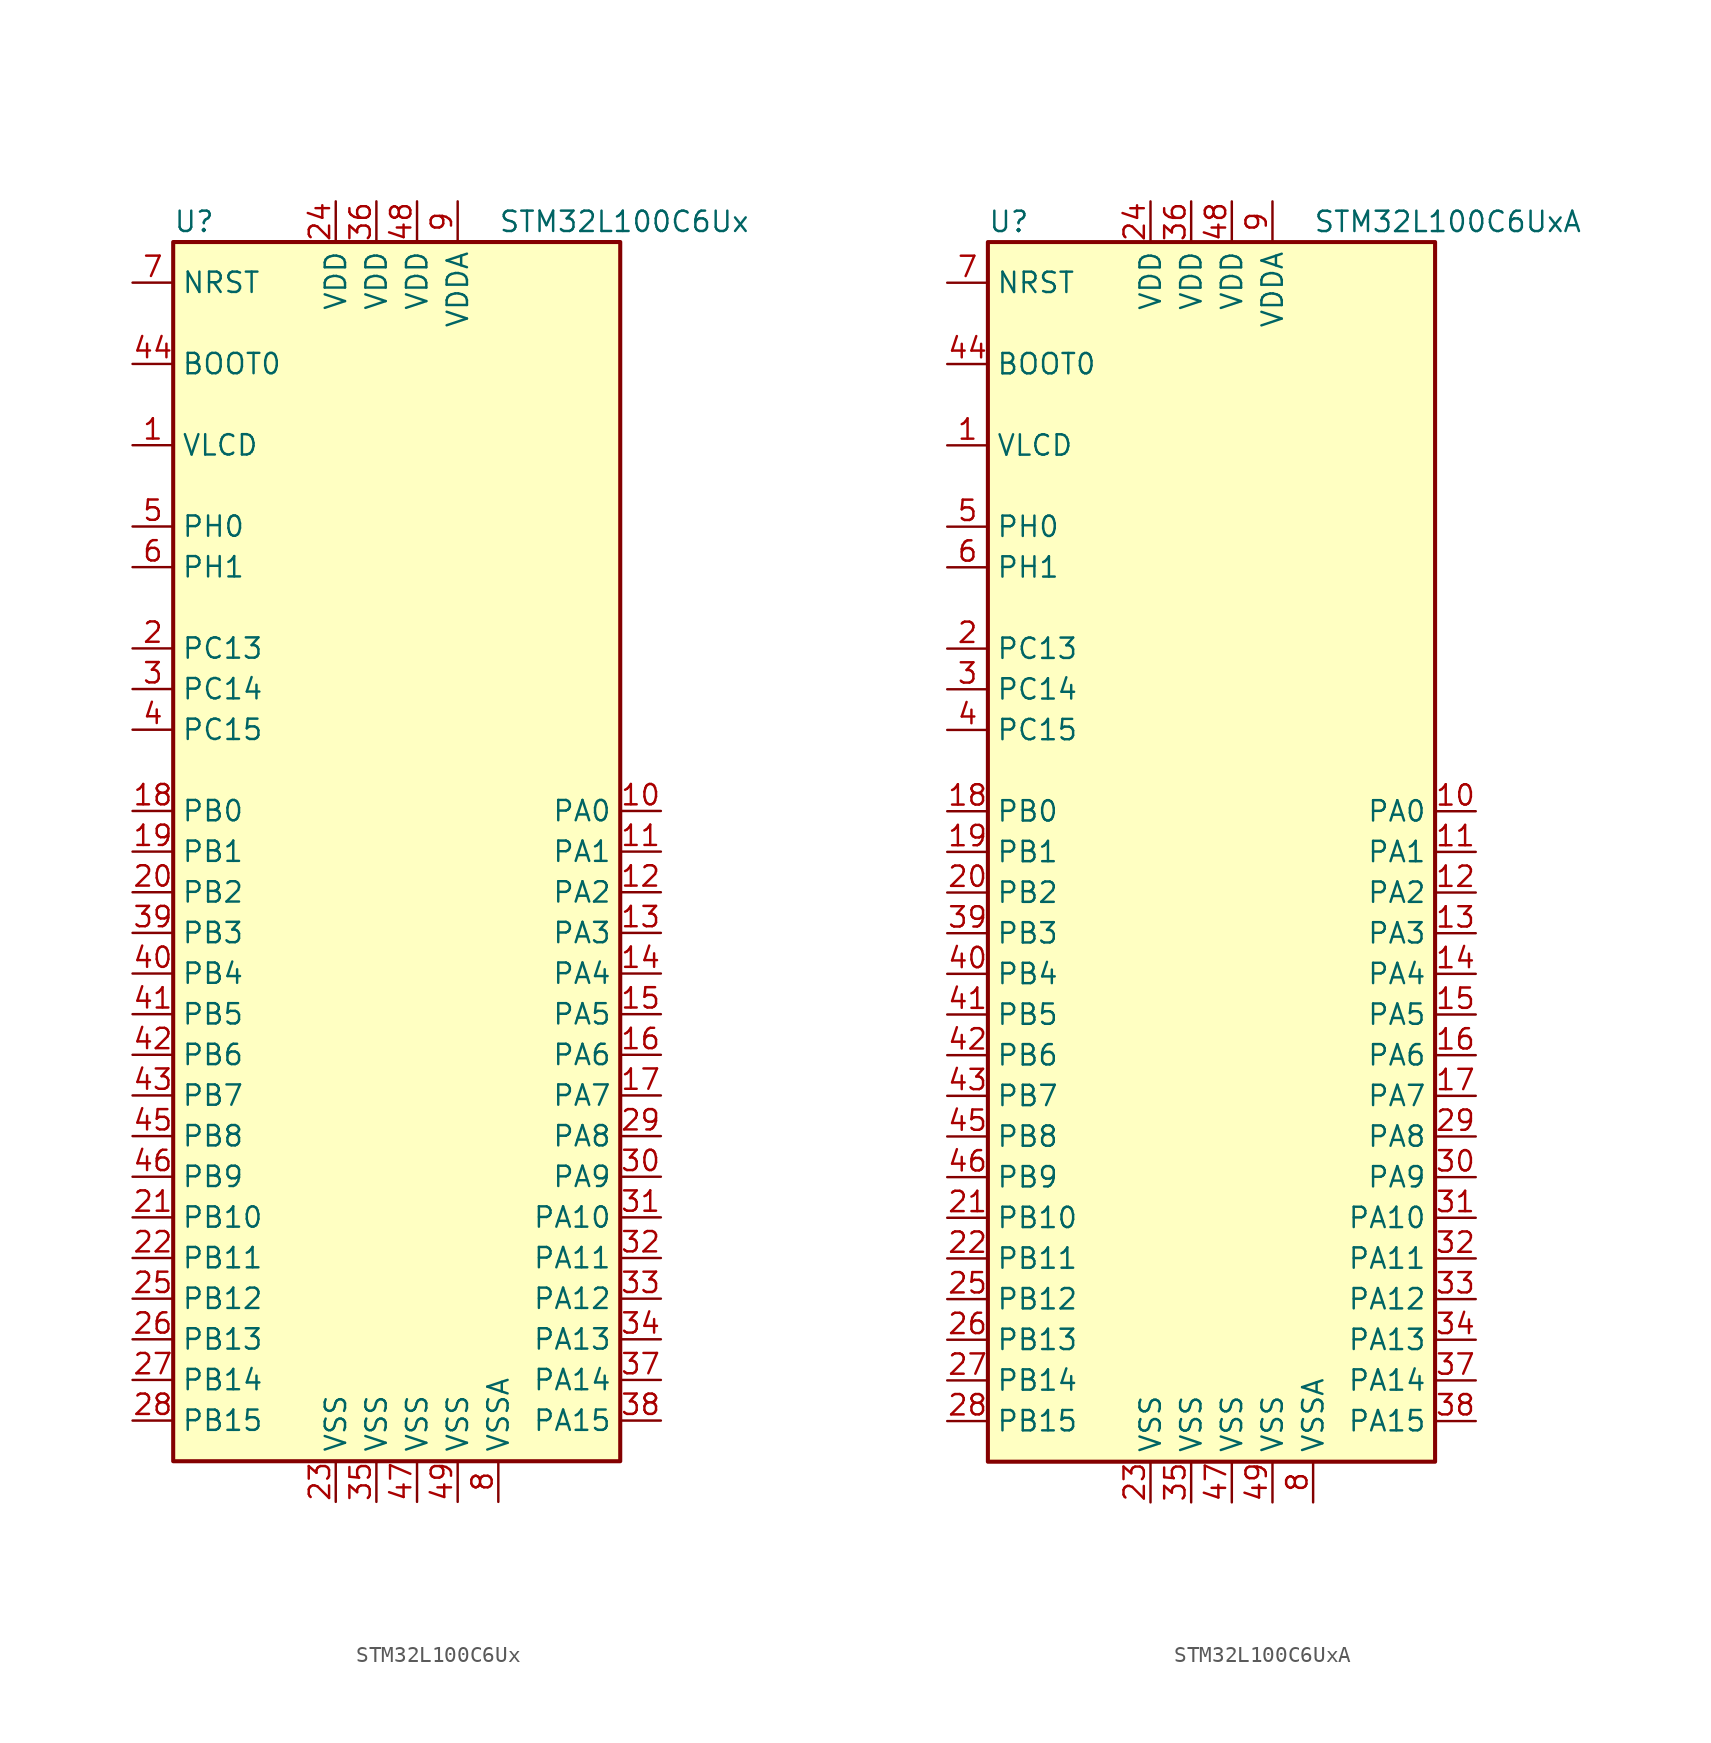
<source format=kicad_sym>
(kicad_symbol_lib
  (version 20211014)
  (generator kicad_symbol_editor)
  (symbol "STM32L100C6Ux"
    (property "Reference" "U"
      (at -15.24 39.37 0)
      (effects (font (size 1.27 1.27)) (justify left)))
    (property "Value" "STM32L100C6Ux"
      (at 5.08 39.37 0)
      (effects (font (size 1.27 1.27)) (justify left)))
    (symbol "STM32L100C6Ux_0_1"
      (rectangle (start -15.24 -38.1) (end 12.7 38.1) (stroke (width 0.254) (type default) (color 0 0 0 0)) (fill (type background))))
    (symbol "STM32L100C6Ux_1_1"
      (pin power_in line (at -17.78 25.4 0) (length 2.54) (name "VLCD" (effects (font (size 1.27 1.27)))) (number "1" (effects (font (size 1.27 1.27)))))
      (pin bidirectional line (at 15.24 2.54 180) (length 2.54) (name "PA0" (effects (font (size 1.27 1.27)))) (number "10" (effects (font (size 1.27 1.27)))))
      (pin bidirectional line (at 15.24 0 180) (length 2.54) (name "PA1" (effects (font (size 1.27 1.27)))) (number "11" (effects (font (size 1.27 1.27)))))
      (pin bidirectional line (at 15.24 -2.54 180) (length 2.54) (name "PA2" (effects (font (size 1.27 1.27)))) (number "12" (effects (font (size 1.27 1.27)))))
      (pin bidirectional line (at 15.24 -5.08 180) (length 2.54) (name "PA3" (effects (font (size 1.27 1.27)))) (number "13" (effects (font (size 1.27 1.27)))))
      (pin bidirectional line (at 15.24 -7.62 180) (length 2.54) (name "PA4" (effects (font (size 1.27 1.27)))) (number "14" (effects (font (size 1.27 1.27)))))
      (pin bidirectional line (at 15.24 -10.16 180) (length 2.54) (name "PA5" (effects (font (size 1.27 1.27)))) (number "15" (effects (font (size 1.27 1.27)))))
      (pin bidirectional line (at 15.24 -12.7 180) (length 2.54) (name "PA6" (effects (font (size 1.27 1.27)))) (number "16" (effects (font (size 1.27 1.27)))))
      (pin bidirectional line (at 15.24 -15.24 180) (length 2.54) (name "PA7" (effects (font (size 1.27 1.27)))) (number "17" (effects (font (size 1.27 1.27)))))
      (pin bidirectional line (at -17.78 2.54 0) (length 2.54) (name "PB0" (effects (font (size 1.27 1.27)))) (number "18" (effects (font (size 1.27 1.27)))))
      (pin bidirectional line (at -17.78 0 0) (length 2.54) (name "PB1" (effects (font (size 1.27 1.27)))) (number "19" (effects (font (size 1.27 1.27)))))
      (pin bidirectional line (at -17.78 12.7 0) (length 2.54) (name "PC13" (effects (font (size 1.27 1.27)))) (number "2" (effects (font (size 1.27 1.27)))))
      (pin bidirectional line (at -17.78 -2.54 0) (length 2.54) (name "PB2" (effects (font (size 1.27 1.27)))) (number "20" (effects (font (size 1.27 1.27)))))
      (pin bidirectional line (at -17.78 -22.86 0) (length 2.54) (name "PB10" (effects (font (size 1.27 1.27)))) (number "21" (effects (font (size 1.27 1.27)))))
      (pin bidirectional line (at -17.78 -25.4 0) (length 2.54) (name "PB11" (effects (font (size 1.27 1.27)))) (number "22" (effects (font (size 1.27 1.27)))))
      (pin power_in line (at -5.08 -40.64 90) (length 2.54) (name "VSS" (effects (font (size 1.27 1.27)))) (number "23" (effects (font (size 1.27 1.27)))))
      (pin power_in line (at -5.08 40.64 270) (length 2.54) (name "VDD" (effects (font (size 1.27 1.27)))) (number "24" (effects (font (size 1.27 1.27)))))
      (pin bidirectional line (at -17.78 -27.94 0) (length 2.54) (name "PB12" (effects (font (size 1.27 1.27)))) (number "25" (effects (font (size 1.27 1.27)))))
      (pin bidirectional line (at -17.78 -30.48 0) (length 2.54) (name "PB13" (effects (font (size 1.27 1.27)))) (number "26" (effects (font (size 1.27 1.27)))))
      (pin bidirectional line (at -17.78 -33.02 0) (length 2.54) (name "PB14" (effects (font (size 1.27 1.27)))) (number "27" (effects (font (size 1.27 1.27)))))
      (pin bidirectional line (at -17.78 -35.56 0) (length 2.54) (name "PB15" (effects (font (size 1.27 1.27)))) (number "28" (effects (font (size 1.27 1.27)))))
      (pin bidirectional line (at 15.24 -17.78 180) (length 2.54) (name "PA8" (effects (font (size 1.27 1.27)))) (number "29" (effects (font (size 1.27 1.27)))))
      (pin bidirectional line (at -17.78 10.16 0) (length 2.54) (name "PC14" (effects (font (size 1.27 1.27)))) (number "3" (effects (font (size 1.27 1.27)))))
      (pin bidirectional line (at 15.24 -20.32 180) (length 2.54) (name "PA9" (effects (font (size 1.27 1.27)))) (number "30" (effects (font (size 1.27 1.27)))))
      (pin bidirectional line (at 15.24 -22.86 180) (length 2.54) (name "PA10" (effects (font (size 1.27 1.27)))) (number "31" (effects (font (size 1.27 1.27)))))
      (pin bidirectional line (at 15.24 -25.4 180) (length 2.54) (name "PA11" (effects (font (size 1.27 1.27)))) (number "32" (effects (font (size 1.27 1.27)))))
      (pin bidirectional line (at 15.24 -27.94 180) (length 2.54) (name "PA12" (effects (font (size 1.27 1.27)))) (number "33" (effects (font (size 1.27 1.27)))))
      (pin bidirectional line (at 15.24 -30.48 180) (length 2.54) (name "PA13" (effects (font (size 1.27 1.27)))) (number "34" (effects (font (size 1.27 1.27)))))
      (pin power_in line (at -2.54 -40.64 90) (length 2.54) (name "VSS" (effects (font (size 1.27 1.27)))) (number "35" (effects (font (size 1.27 1.27)))))
      (pin power_in line (at -2.54 40.64 270) (length 2.54) (name "VDD" (effects (font (size 1.27 1.27)))) (number "36" (effects (font (size 1.27 1.27)))))
      (pin bidirectional line (at 15.24 -33.02 180) (length 2.54) (name "PA14" (effects (font (size 1.27 1.27)))) (number "37" (effects (font (size 1.27 1.27)))))
      (pin bidirectional line (at 15.24 -35.56 180) (length 2.54) (name "PA15" (effects (font (size 1.27 1.27)))) (number "38" (effects (font (size 1.27 1.27)))))
      (pin bidirectional line (at -17.78 -5.08 0) (length 2.54) (name "PB3" (effects (font (size 1.27 1.27)))) (number "39" (effects (font (size 1.27 1.27)))))
      (pin bidirectional line (at -17.78 7.62 0) (length 2.54) (name "PC15" (effects (font (size 1.27 1.27)))) (number "4" (effects (font (size 1.27 1.27)))))
      (pin bidirectional line (at -17.78 -7.62 0) (length 2.54) (name "PB4" (effects (font (size 1.27 1.27)))) (number "40" (effects (font (size 1.27 1.27)))))
      (pin bidirectional line (at -17.78 -10.16 0) (length 2.54) (name "PB5" (effects (font (size 1.27 1.27)))) (number "41" (effects (font (size 1.27 1.27)))))
      (pin bidirectional line (at -17.78 -12.7 0) (length 2.54) (name "PB6" (effects (font (size 1.27 1.27)))) (number "42" (effects (font (size 1.27 1.27)))))
      (pin bidirectional line (at -17.78 -15.24 0) (length 2.54) (name "PB7" (effects (font (size 1.27 1.27)))) (number "43" (effects (font (size 1.27 1.27)))))
      (pin input line (at -17.78 30.48 0) (length 2.54) (name "BOOT0" (effects (font (size 1.27 1.27)))) (number "44" (effects (font (size 1.27 1.27)))))
      (pin bidirectional line (at -17.78 -17.78 0) (length 2.54) (name "PB8" (effects (font (size 1.27 1.27)))) (number "45" (effects (font (size 1.27 1.27)))))
      (pin bidirectional line (at -17.78 -20.32 0) (length 2.54) (name "PB9" (effects (font (size 1.27 1.27)))) (number "46" (effects (font (size 1.27 1.27)))))
      (pin power_in line (at 0 -40.64 90) (length 2.54) (name "VSS" (effects (font (size 1.27 1.27)))) (number "47" (effects (font (size 1.27 1.27)))))
      (pin power_in line (at 0 40.64 270) (length 2.54) (name "VDD" (effects (font (size 1.27 1.27)))) (number "48" (effects (font (size 1.27 1.27)))))
      (pin power_in line (at 2.54 -40.64 90) (length 2.54) (name "VSS" (effects (font (size 1.27 1.27)))) (number "49" (effects (font (size 1.27 1.27)))))
      (pin input line (at -17.78 20.32 0) (length 2.54) (name "PH0" (effects (font (size 1.27 1.27)))) (number "5" (effects (font (size 1.27 1.27)))))
      (pin input line (at -17.78 17.78 0) (length 2.54) (name "PH1" (effects (font (size 1.27 1.27)))) (number "6" (effects (font (size 1.27 1.27)))))
      (pin input line (at -17.78 35.56 0) (length 2.54) (name "NRST" (effects (font (size 1.27 1.27)))) (number "7" (effects (font (size 1.27 1.27)))))
      (pin power_in line (at 5.08 -40.64 90) (length 2.54) (name "VSSA" (effects (font (size 1.27 1.27)))) (number "8" (effects (font (size 1.27 1.27)))))
      (pin power_in line (at 2.54 40.64 270) (length 2.54) (name "VDDA" (effects (font (size 1.27 1.27)))) (number "9" (effects (font (size 1.27 1.27)))))))
  (symbol "STM32L100C6UxA"
    (property "Reference" "U"
      (at -15.24 39.37 0)
      (effects (font (size 1.27 1.27)) (justify left)))
    (property "Value" "STM32L100C6UxA"
      (at 5.08 39.37 0)
      (effects (font (size 1.27 1.27)) (justify left)))
    (symbol "STM32L100C6UxA_0_1"
      (rectangle (start -15.24 -38.1) (end 12.7 38.1) (stroke (width 0.254) (type default) (color 0 0 0 0)) (fill (type background))))
    (symbol "STM32L100C6UxA_1_1"
      (pin power_in line (at -17.78 25.4 0) (length 2.54) (name "VLCD" (effects (font (size 1.27 1.27)))) (number "1" (effects (font (size 1.27 1.27)))))
      (pin bidirectional line (at 15.24 2.54 180) (length 2.54) (name "PA0" (effects (font (size 1.27 1.27)))) (number "10" (effects (font (size 1.27 1.27)))))
      (pin bidirectional line (at 15.24 0 180) (length 2.54) (name "PA1" (effects (font (size 1.27 1.27)))) (number "11" (effects (font (size 1.27 1.27)))))
      (pin bidirectional line (at 15.24 -2.54 180) (length 2.54) (name "PA2" (effects (font (size 1.27 1.27)))) (number "12" (effects (font (size 1.27 1.27)))))
      (pin bidirectional line (at 15.24 -5.08 180) (length 2.54) (name "PA3" (effects (font (size 1.27 1.27)))) (number "13" (effects (font (size 1.27 1.27)))))
      (pin bidirectional line (at 15.24 -7.62 180) (length 2.54) (name "PA4" (effects (font (size 1.27 1.27)))) (number "14" (effects (font (size 1.27 1.27)))))
      (pin bidirectional line (at 15.24 -10.16 180) (length 2.54) (name "PA5" (effects (font (size 1.27 1.27)))) (number "15" (effects (font (size 1.27 1.27)))))
      (pin bidirectional line (at 15.24 -12.7 180) (length 2.54) (name "PA6" (effects (font (size 1.27 1.27)))) (number "16" (effects (font (size 1.27 1.27)))))
      (pin bidirectional line (at 15.24 -15.24 180) (length 2.54) (name "PA7" (effects (font (size 1.27 1.27)))) (number "17" (effects (font (size 1.27 1.27)))))
      (pin bidirectional line (at -17.78 2.54 0) (length 2.54) (name "PB0" (effects (font (size 1.27 1.27)))) (number "18" (effects (font (size 1.27 1.27)))))
      (pin bidirectional line (at -17.78 0 0) (length 2.54) (name "PB1" (effects (font (size 1.27 1.27)))) (number "19" (effects (font (size 1.27 1.27)))))
      (pin bidirectional line (at -17.78 12.7 0) (length 2.54) (name "PC13" (effects (font (size 1.27 1.27)))) (number "2" (effects (font (size 1.27 1.27)))))
      (pin bidirectional line (at -17.78 -2.54 0) (length 2.54) (name "PB2" (effects (font (size 1.27 1.27)))) (number "20" (effects (font (size 1.27 1.27)))))
      (pin bidirectional line (at -17.78 -22.86 0) (length 2.54) (name "PB10" (effects (font (size 1.27 1.27)))) (number "21" (effects (font (size 1.27 1.27)))))
      (pin bidirectional line (at -17.78 -25.4 0) (length 2.54) (name "PB11" (effects (font (size 1.27 1.27)))) (number "22" (effects (font (size 1.27 1.27)))))
      (pin power_in line (at -5.08 -40.64 90) (length 2.54) (name "VSS" (effects (font (size 1.27 1.27)))) (number "23" (effects (font (size 1.27 1.27)))))
      (pin power_in line (at -5.08 40.64 270) (length 2.54) (name "VDD" (effects (font (size 1.27 1.27)))) (number "24" (effects (font (size 1.27 1.27)))))
      (pin bidirectional line (at -17.78 -27.94 0) (length 2.54) (name "PB12" (effects (font (size 1.27 1.27)))) (number "25" (effects (font (size 1.27 1.27)))))
      (pin bidirectional line (at -17.78 -30.48 0) (length 2.54) (name "PB13" (effects (font (size 1.27 1.27)))) (number "26" (effects (font (size 1.27 1.27)))))
      (pin bidirectional line (at -17.78 -33.02 0) (length 2.54) (name "PB14" (effects (font (size 1.27 1.27)))) (number "27" (effects (font (size 1.27 1.27)))))
      (pin bidirectional line (at -17.78 -35.56 0) (length 2.54) (name "PB15" (effects (font (size 1.27 1.27)))) (number "28" (effects (font (size 1.27 1.27)))))
      (pin bidirectional line (at 15.24 -17.78 180) (length 2.54) (name "PA8" (effects (font (size 1.27 1.27)))) (number "29" (effects (font (size 1.27 1.27)))))
      (pin bidirectional line (at -17.78 10.16 0) (length 2.54) (name "PC14" (effects (font (size 1.27 1.27)))) (number "3" (effects (font (size 1.27 1.27)))))
      (pin bidirectional line (at 15.24 -20.32 180) (length 2.54) (name "PA9" (effects (font (size 1.27 1.27)))) (number "30" (effects (font (size 1.27 1.27)))))
      (pin bidirectional line (at 15.24 -22.86 180) (length 2.54) (name "PA10" (effects (font (size 1.27 1.27)))) (number "31" (effects (font (size 1.27 1.27)))))
      (pin bidirectional line (at 15.24 -25.4 180) (length 2.54) (name "PA11" (effects (font (size 1.27 1.27)))) (number "32" (effects (font (size 1.27 1.27)))))
      (pin bidirectional line (at 15.24 -27.94 180) (length 2.54) (name "PA12" (effects (font (size 1.27 1.27)))) (number "33" (effects (font (size 1.27 1.27)))))
      (pin bidirectional line (at 15.24 -30.48 180) (length 2.54) (name "PA13" (effects (font (size 1.27 1.27)))) (number "34" (effects (font (size 1.27 1.27)))))
      (pin power_in line (at -2.54 -40.64 90) (length 2.54) (name "VSS" (effects (font (size 1.27 1.27)))) (number "35" (effects (font (size 1.27 1.27)))))
      (pin power_in line (at -2.54 40.64 270) (length 2.54) (name "VDD" (effects (font (size 1.27 1.27)))) (number "36" (effects (font (size 1.27 1.27)))))
      (pin bidirectional line (at 15.24 -33.02 180) (length 2.54) (name "PA14" (effects (font (size 1.27 1.27)))) (number "37" (effects (font (size 1.27 1.27)))))
      (pin bidirectional line (at 15.24 -35.56 180) (length 2.54) (name "PA15" (effects (font (size 1.27 1.27)))) (number "38" (effects (font (size 1.27 1.27)))))
      (pin bidirectional line (at -17.78 -5.08 0) (length 2.54) (name "PB3" (effects (font (size 1.27 1.27)))) (number "39" (effects (font (size 1.27 1.27)))))
      (pin bidirectional line (at -17.78 7.62 0) (length 2.54) (name "PC15" (effects (font (size 1.27 1.27)))) (number "4" (effects (font (size 1.27 1.27)))))
      (pin bidirectional line (at -17.78 -7.62 0) (length 2.54) (name "PB4" (effects (font (size 1.27 1.27)))) (number "40" (effects (font (size 1.27 1.27)))))
      (pin bidirectional line (at -17.78 -10.16 0) (length 2.54) (name "PB5" (effects (font (size 1.27 1.27)))) (number "41" (effects (font (size 1.27 1.27)))))
      (pin bidirectional line (at -17.78 -12.7 0) (length 2.54) (name "PB6" (effects (font (size 1.27 1.27)))) (number "42" (effects (font (size 1.27 1.27)))))
      (pin bidirectional line (at -17.78 -15.24 0) (length 2.54) (name "PB7" (effects (font (size 1.27 1.27)))) (number "43" (effects (font (size 1.27 1.27)))))
      (pin input line (at -17.78 30.48 0) (length 2.54) (name "BOOT0" (effects (font (size 1.27 1.27)))) (number "44" (effects (font (size 1.27 1.27)))))
      (pin bidirectional line (at -17.78 -17.78 0) (length 2.54) (name "PB8" (effects (font (size 1.27 1.27)))) (number "45" (effects (font (size 1.27 1.27)))))
      (pin bidirectional line (at -17.78 -20.32 0) (length 2.54) (name "PB9" (effects (font (size 1.27 1.27)))) (number "46" (effects (font (size 1.27 1.27)))))
      (pin power_in line (at 0 -40.64 90) (length 2.54) (name "VSS" (effects (font (size 1.27 1.27)))) (number "47" (effects (font (size 1.27 1.27)))))
      (pin power_in line (at 0 40.64 270) (length 2.54) (name "VDD" (effects (font (size 1.27 1.27)))) (number "48" (effects (font (size 1.27 1.27)))))
      (pin power_in line (at 2.54 -40.64 90) (length 2.54) (name "VSS" (effects (font (size 1.27 1.27)))) (number "49" (effects (font (size 1.27 1.27)))))
      (pin input line (at -17.78 20.32 0) (length 2.54) (name "PH0" (effects (font (size 1.27 1.27)))) (number "5" (effects (font (size 1.27 1.27)))))
      (pin input line (at -17.78 17.78 0) (length 2.54) (name "PH1" (effects (font (size 1.27 1.27)))) (number "6" (effects (font (size 1.27 1.27)))))
      (pin input line (at -17.78 35.56 0) (length 2.54) (name "NRST" (effects (font (size 1.27 1.27)))) (number "7" (effects (font (size 1.27 1.27)))))
      (pin power_in line (at 5.08 -40.64 90) (length 2.54) (name "VSSA" (effects (font (size 1.27 1.27)))) (number "8" (effects (font (size 1.27 1.27)))))
      (pin power_in line (at 2.54 40.64 270) (length 2.54) (name "VDDA" (effects (font (size 1.27 1.27)))) (number "9" (effects (font (size 1.27 1.27))))))))
</source>
